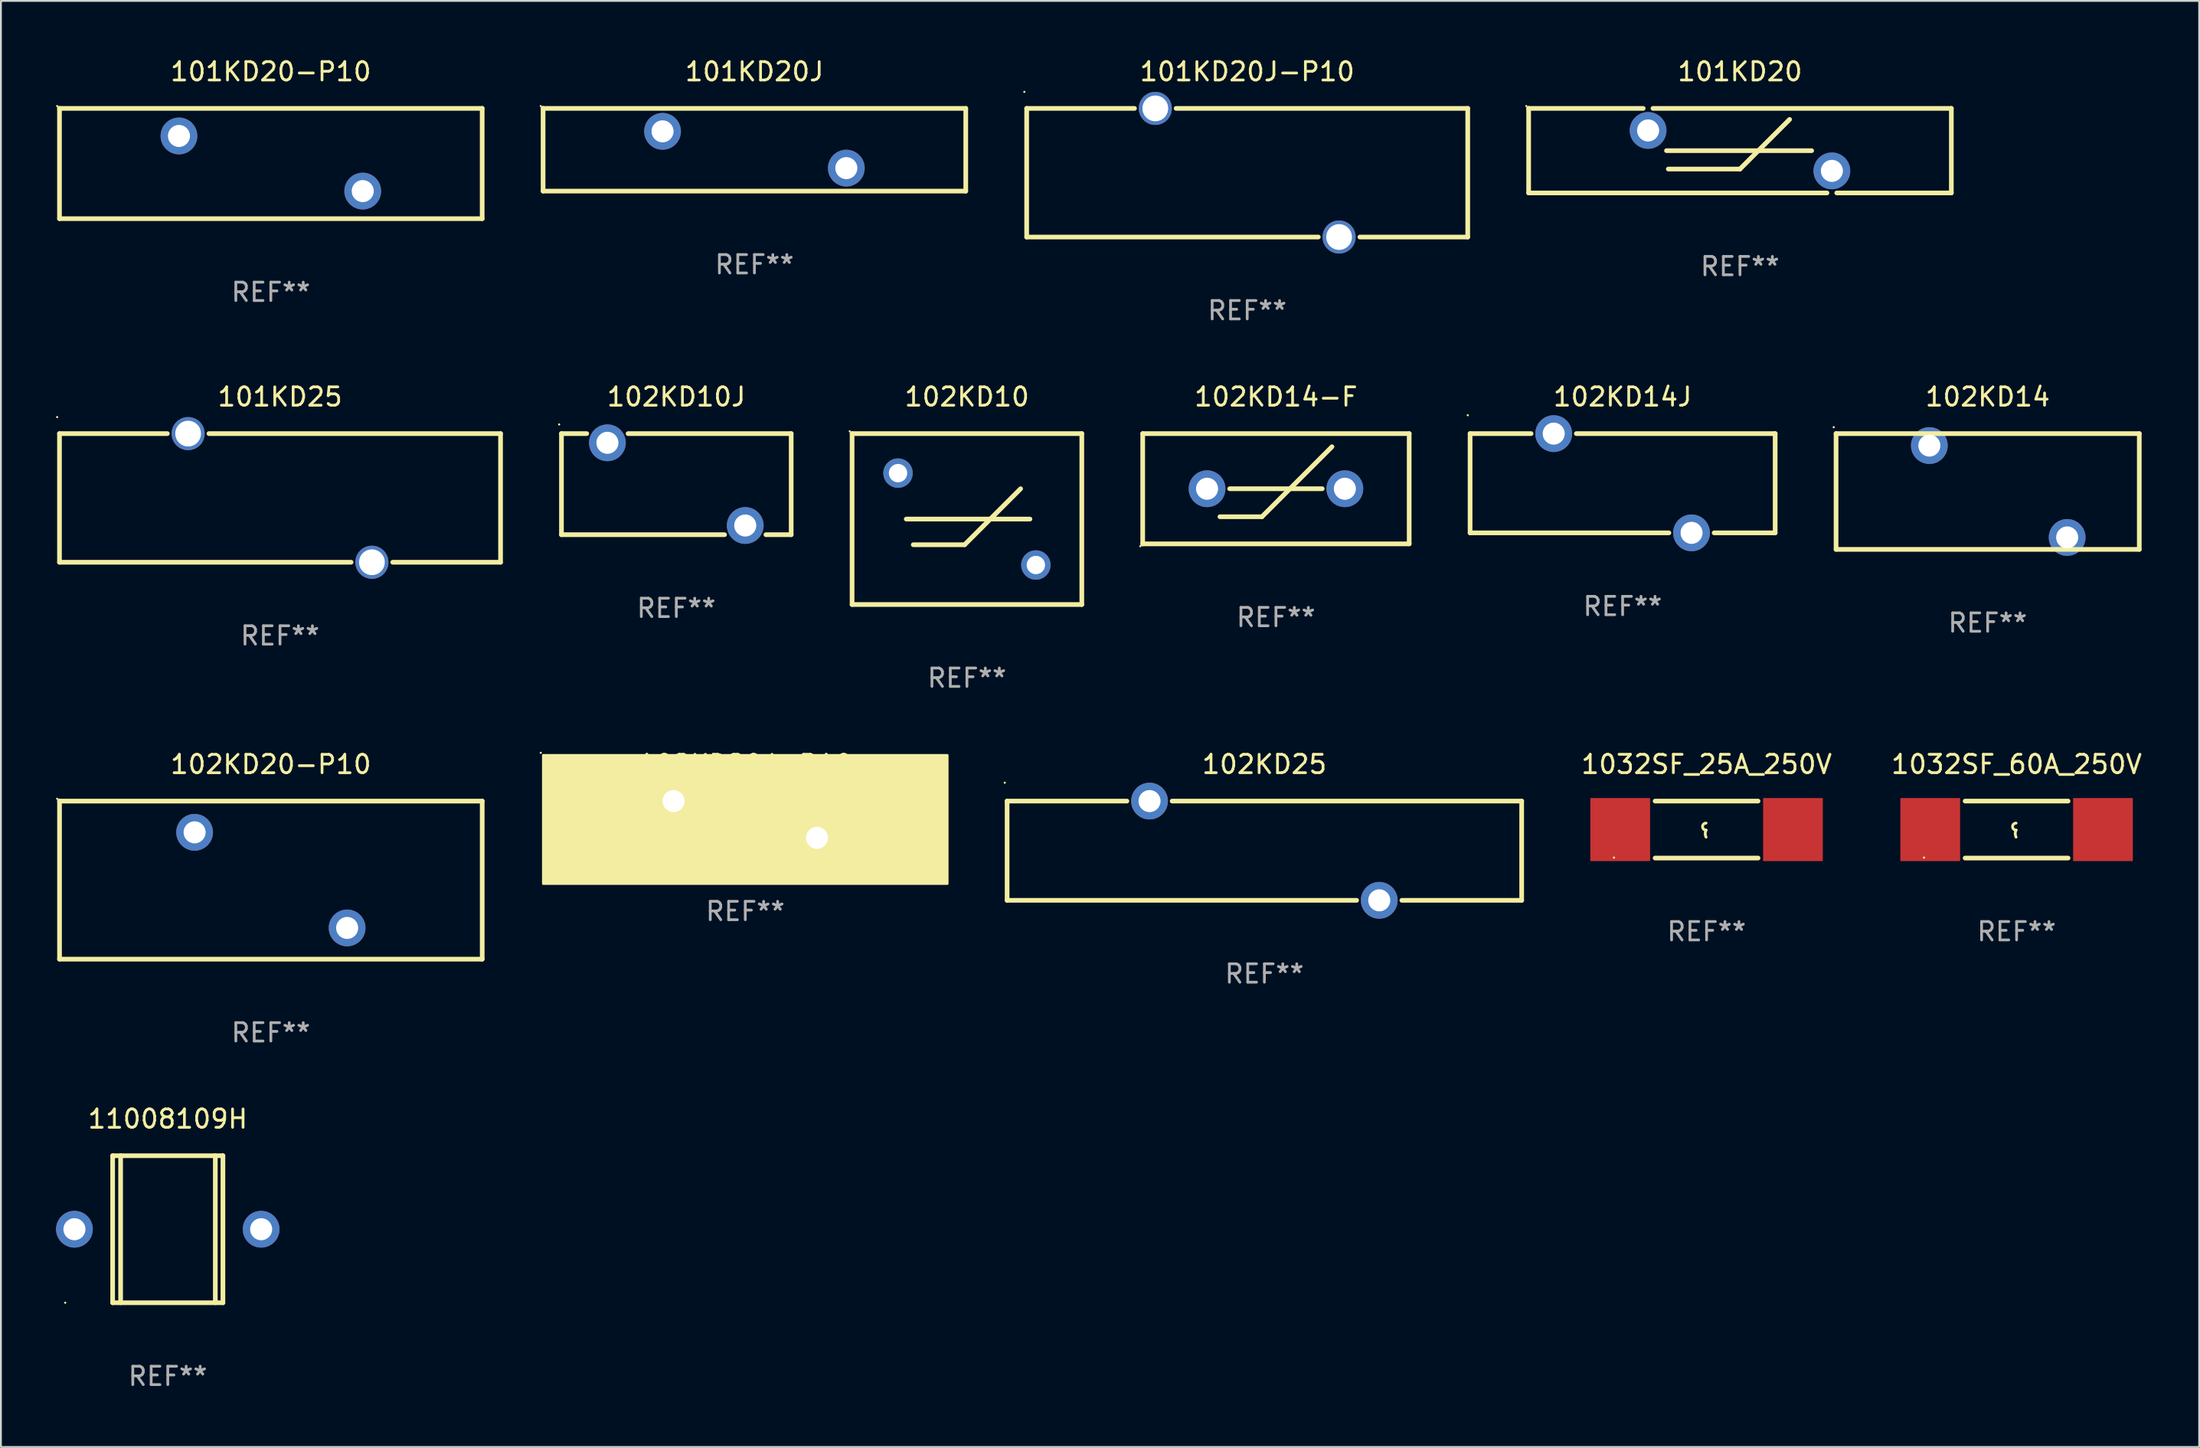
<source format=kicad_pcb>
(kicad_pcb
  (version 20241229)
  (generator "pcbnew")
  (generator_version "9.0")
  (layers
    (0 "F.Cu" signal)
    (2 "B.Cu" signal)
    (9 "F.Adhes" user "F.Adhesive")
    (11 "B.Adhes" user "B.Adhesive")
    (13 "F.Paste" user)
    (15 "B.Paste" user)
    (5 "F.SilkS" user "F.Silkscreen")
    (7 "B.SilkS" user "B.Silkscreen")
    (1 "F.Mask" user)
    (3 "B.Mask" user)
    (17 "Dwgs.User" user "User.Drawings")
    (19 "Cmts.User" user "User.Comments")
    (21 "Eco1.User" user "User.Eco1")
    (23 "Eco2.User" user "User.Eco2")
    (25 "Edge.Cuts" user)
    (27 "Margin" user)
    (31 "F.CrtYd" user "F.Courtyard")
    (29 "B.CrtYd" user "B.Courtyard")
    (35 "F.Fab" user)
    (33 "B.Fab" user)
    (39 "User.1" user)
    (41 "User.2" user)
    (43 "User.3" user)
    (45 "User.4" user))
  (footprint "102KD20J-P10"
    (layer "F.Cu")
    (at 37.503 41.541)
    (property "Reference" "102KD20J-P10" (at 0 -3 0) (layer "F.SilkS") (effects (font (size 1 1) (thickness 0.15))))
    (attr through_hole)
    (fp_circle (center -11.127 -3.627) (end -11.097 -3.627) (stroke (width 0.06) (type solid)) (fill no) (layer "F.SilkS"))
    (fp_poly (pts (xy -11 -3.5) (xy 11 -3.5) (xy 11 3.5) (xy -11 3.5)) (stroke (width 0.12) (type solid)) (fill yes) (layer "F.SilkS"))
    (fp_text user "REF**" (at 0 5 0) (layer "F.Fab") (effects (font (size 1 1) (thickness 0.15))))
    (pad "1" thru_hole circle (at -3.9 -1) (size 1.8 1.8) (drill 1.2) (layers "*.Cu" "*.Mask"))
    (pad "2" thru_hole circle (at 3.9 1) (size 1.8 1.8) (drill 1.2) (layers "*.Cu" "*.Mask")))
  (footprint "101KD20J-P10"
    (layer "F.Cu")
    (at 64.815 6.348)
    (property "Reference" "101KD20J-P10" (at 0 -5.5 0) (layer "F.SilkS") (effects (font (size 1 1) (thickness 0.15))))
    (attr through_hole)
    (fp_line (start -12 -3.5) (end -6.131 -3.5) (stroke (width 0.254) (type solid)) (layer "F.SilkS"))
    (fp_line (start -12 3.5) (end -12 -3.5) (stroke (width 0.254) (type solid)) (layer "F.SilkS"))
    (fp_line (start -3.869 -3.5) (end 12 -3.5) (stroke (width 0.254) (type solid)) (layer "F.SilkS"))
    (fp_line (start 3.869 3.5) (end -12 3.5) (stroke (width 0.254) (type solid)) (layer "F.SilkS"))
    (fp_line (start 12 -3.5) (end 12 3.5) (stroke (width 0.254) (type solid)) (layer "F.SilkS"))
    (fp_line (start 12 3.5) (end 6.131 3.5) (stroke (width 0.254) (type solid)) (layer "F.SilkS"))
    (fp_circle (center -12.127 -4.4) (end -12.097 -4.4) (stroke (width 0.06) (type solid)) (fill no) (layer "F.SilkS"))
    (fp_text user "REF**" (at 0 7.5 0) (layer "F.Fab") (effects (font (size 1 1) (thickness 0.15))))
    (pad "1" thru_hole circle (at -5 -3.5) (size 1.8 1.8) (drill 1.4) (layers "*.Cu" "*.Mask"))
    (pad "2" thru_hole circle (at 5 3.5) (size 1.8 1.8) (drill 1.4) (layers "*.Cu" "*.Mask")))
  (footprint "101KD20J"
    (layer "F.Cu")
    (at 38.001 5.099)
    (property "Reference" "101KD20J" (at 0 -4.25 0) (layer "F.SilkS") (effects (font (size 1 1) (thickness 0.15))))
    (attr through_hole)
    (fp_line (start -11.5 -2.25) (end 11.5 -2.25) (stroke (width 0.254) (type solid)) (layer "F.SilkS"))
    (fp_line (start -11.5 2.25) (end -11.5 -2.25) (stroke (width 0.254) (type solid)) (layer "F.SilkS"))
    (fp_line (start 11.5 -2.25) (end 11.5 2.25) (stroke (width 0.254) (type solid)) (layer "F.SilkS"))
    (fp_line (start 11.5 2.249) (end -11.5 2.249) (stroke (width 0.254) (type solid)) (layer "F.SilkS"))
    (fp_circle (center -11.627 -2.377) (end -11.597 -2.377) (stroke (width 0.06) (type solid)) (fill no) (layer "F.SilkS"))
    (fp_text user "REF**" (at 0 6.25 0) (layer "F.Fab") (effects (font (size 1 1) (thickness 0.15))))
    (pad "1" thru_hole circle (at -5 -1.002) (size 2 2) (drill 1.2) (layers "*.Cu" "*.Mask"))
    (pad "2" thru_hole circle (at 5 0.999) (size 2 2) (drill 1.2) (layers "*.Cu" "*.Mask")))
  (footprint "1032SF_60A_250V"
    (layer "F.Cu")
    (at 106.681 42.091)
    (property "Reference" "1032SF_60A_250V" (at 0 -3.55 0) (layer "F.SilkS") (effects (font (size 1 1) (thickness 0.15))))
    (attr through_hole)
    (fp_line (start -2.8 -1.55) (end 2.8 -1.55) (stroke (width 0.254) (type solid)) (layer "F.SilkS"))
    (fp_line (start -2.8 1.55) (end 2.8 1.55) (stroke (width 0.254) (type solid)) (layer "F.SilkS"))
    (fp_arc (start -0.029896 0.030074) (mid -0.220397 -0.160427) (end -0.029896 -0.350928) (stroke (width 0.151994) (type solid)) (layer "F.SilkS"))
    (fp_arc (start -0.029896 0.411075) (mid -0.074867 0.220574) (end -0.029896 0.030074) (stroke (width 0.151994) (type solid)) (layer "F.SilkS"))
    (fp_circle (center -5.04 1.525) (end -5.01 1.525) (stroke (width 0.06) (type solid)) (fill no) (layer "F.SilkS"))
    (fp_text user "REF**" (at 0 5.55 0) (layer "F.Fab") (effects (font (size 1 1) (thickness 0.15))))
    (pad "1" smd rect (at -4.7 0) (size 3.25 3.43) (layers "F.Cu" "F.Mask" "F.Paste"))
    (pad "2" smd rect (at 4.7 0) (size 3.25 3.43) (layers "F.Cu" "F.Mask" "F.Paste")))
  (footprint "101KD20"
    (layer "F.Cu")
    (at 91.629 5.148)
    (property "Reference" "101KD20" (at 0 -4.3 0) (layer "F.SilkS") (effects (font (size 1 1) (thickness 0.15))))
    (attr through_hole)
    (fp_line (start -11.5 -2.3) (end -5.266 -2.3) (stroke (width 0.254) (type solid)) (layer "F.SilkS"))
    (fp_line (start -11.5 2.3) (end -11.5 -2.3) (stroke (width 0.254) (type solid)) (layer "F.SilkS"))
    (fp_line (start -11.5 2.3) (end 4.734 2.3) (stroke (width 0.254) (type solid)) (layer "F.SilkS"))
    (fp_line (start -4.734 -2.3) (end 11.5 -2.3) (stroke (width 0.254) (type solid)) (layer "F.SilkS"))
    (fp_line (start -4 0) (end 3.9 0) (stroke (width 0.254) (type solid)) (layer "F.SilkS"))
    (fp_line (start -3.9 1) (end -0.000127 1) (stroke (width 0.254) (type solid)) (layer "F.SilkS"))
    (fp_line (start -0.000127 1) (end 2.7 -1.7) (stroke (width 0.254) (type solid)) (layer "F.SilkS"))
    (fp_line (start 5.266 2.3) (end 11.5 2.3) (stroke (width 0.254) (type solid)) (layer "F.SilkS"))
    (fp_line (start 11.5 -2.3) (end 11.5 2.3) (stroke (width 0.254) (type solid)) (layer "F.SilkS"))
    (fp_circle (center -11.627 -2.427) (end -11.597 -2.427) (stroke (width 0.06) (type solid)) (fill no) (layer "F.SilkS"))
    (fp_text user "REF**" (at 0 6.3 0) (layer "F.Fab") (effects (font (size 1 1) (thickness 0.15))))
    (pad "1" thru_hole circle (at -5 -1.1) (size 2 2) (drill 1.2) (layers "*.Cu" "*.Mask"))
    (pad "2" thru_hole circle (at 5 1.1) (size 2 2) (drill 1.2) (layers "*.Cu" "*.Mask")))
  (footprint "1032SF_25A_250V"
    (layer "F.Cu")
    (at 89.812 42.091)
    (property "Reference" "1032SF_25A_250V" (at 0 -3.55 0) (layer "F.SilkS") (effects (font (size 1 1) (thickness 0.15))))
    (attr through_hole)
    (fp_line (start -2.8 -1.55) (end 2.8 -1.55) (stroke (width 0.254) (type solid)) (layer "F.SilkS"))
    (fp_line (start -2.8 1.55) (end 2.8 1.55) (stroke (width 0.254) (type solid)) (layer "F.SilkS"))
    (fp_arc (start -0.029896 0.030074) (mid -0.220397 -0.160427) (end -0.029896 -0.350928) (stroke (width 0.151994) (type solid)) (layer "F.SilkS"))
    (fp_arc (start -0.029896 0.411075) (mid -0.074867 0.220574) (end -0.029896 0.030074) (stroke (width 0.151994) (type solid)) (layer "F.SilkS"))
    (fp_circle (center -5.04 1.525) (end -5.01 1.525) (stroke (width 0.06) (type solid)) (fill no) (layer "F.SilkS"))
    (fp_text user "REF**" (at 0 5.55 0) (layer "F.Fab") (effects (font (size 1 1) (thickness 0.15))))
    (pad "1" smd rect (at -4.7 0) (size 3.25 3.43) (layers "F.Cu" "F.Mask" "F.Paste"))
    (pad "2" smd rect (at 4.7 0) (size 3.25 3.43) (layers "F.Cu" "F.Mask" "F.Paste")))
  (footprint "101KD25"
    (layer "F.Cu")
    (at 12.187 24.045)
    (property "Reference" "101KD25" (at 0 -5.5 0) (layer "F.SilkS") (effects (font (size 1 1) (thickness 0.15))))
    (attr through_hole)
    (fp_line (start -12 -3.5) (end -6.131 -3.5) (stroke (width 0.254) (type solid)) (layer "F.SilkS"))
    (fp_line (start -12 3.5) (end -12 -3.5) (stroke (width 0.254) (type solid)) (layer "F.SilkS"))
    (fp_line (start -3.869 -3.5) (end 12 -3.5) (stroke (width 0.254) (type solid)) (layer "F.SilkS"))
    (fp_line (start 3.869 3.5) (end -12 3.5) (stroke (width 0.254) (type solid)) (layer "F.SilkS"))
    (fp_line (start 12 -3.5) (end 12 3.5) (stroke (width 0.254) (type solid)) (layer "F.SilkS"))
    (fp_line (start 12 3.5) (end 6.131 3.5) (stroke (width 0.254) (type solid)) (layer "F.SilkS"))
    (fp_circle (center -12.127 -4.4) (end -12.097 -4.4) (stroke (width 0.06) (type solid)) (fill no) (layer "F.SilkS"))
    (fp_text user "REF**" (at 0 7.5 0) (layer "F.Fab") (effects (font (size 1 1) (thickness 0.15))))
    (pad "1" thru_hole circle (at -5 -3.5) (size 1.8 1.8) (drill 1.4) (layers "*.Cu" "*.Mask"))
    (pad "2" thru_hole circle (at 5 3.5) (size 1.8 1.8) (drill 1.4) (layers "*.Cu" "*.Mask")))
  (footprint "11008109H"
    (layer "F.Cu")
    (at 6.08 63.838)
    (property "Reference" "11008109H" (at 0 -6 0) (layer "F.SilkS") (effects (font (size 1 1) (thickness 0.15))))
    (attr through_hole)
    (fp_line (start -3 -4) (end -3 4) (stroke (width 0.254) (type solid)) (layer "F.SilkS"))
    (fp_line (start -3 -4) (end 3 -4) (stroke (width 0.254) (type solid)) (layer "F.SilkS"))
    (fp_line (start -3 4) (end 3 4) (stroke (width 0.254) (type solid)) (layer "F.SilkS"))
    (fp_line (start -2.567 -4) (end -2.567 4) (stroke (width 0.254) (type solid)) (layer "F.SilkS"))
    (fp_line (start 2.586 -4) (end 2.586 4) (stroke (width 0.254) (type solid)) (layer "F.SilkS"))
    (fp_line (start 3 -4) (end 3 4) (stroke (width 0.254) (type solid)) (layer "F.SilkS"))
    (fp_circle (center -5.58 4) (end -5.55 4) (stroke (width 0.06) (type solid)) (fill no) (layer "F.SilkS"))
    (fp_text user "REF**" (at 0 8 0) (layer "F.Fab") (effects (font (size 1 1) (thickness 0.15))))
    (pad "1" thru_hole circle (at -5.08 0) (size 2 2) (drill 1.2) (layers "*.Cu" "*.Mask"))
    (pad "2" thru_hole circle (at 5.08 0) (size 2 2) (drill 1.2) (layers "*.Cu" "*.Mask")))
  (footprint "102KD20-P10"
    (layer "F.Cu")
    (at 11.688 44.842)
    (property "Reference" "102KD20-P10" (at 0 -6.3 0) (layer "F.SilkS") (effects (font (size 1 1) (thickness 0.15))))
    (attr through_hole)
    (fp_line (start -11.499 -4.3) (end 11.501 -4.3) (stroke (width 0.254) (type solid)) (layer "F.SilkS"))
    (fp_line (start -11.499 4.3) (end -11.499 -4.3) (stroke (width 0.254) (type solid)) (layer "F.SilkS"))
    (fp_line (start 11.501 -4.3) (end 11.501 4.3) (stroke (width 0.254) (type solid)) (layer "F.SilkS"))
    (fp_line (start 11.501 4.3) (end -11.501 4.3) (stroke (width 0.254) (type solid)) (layer "F.SilkS"))
    (fp_circle (center -11.628 -4.427) (end -11.598 -4.427) (stroke (width 0.06) (type solid)) (fill no) (layer "F.SilkS"))
    (fp_text user "REF**" (at 0 8.3 0) (layer "F.Fab") (effects (font (size 1 1) (thickness 0.15))))
    (pad "1" thru_hole circle (at -4.149 -2.601) (size 2 2) (drill 1.2) (layers "*.Cu" "*.Mask"))
    (pad "2" thru_hole circle (at 4.151 2.601) (size 2 2) (drill 1.2) (layers "*.Cu" "*.Mask")))
  (footprint "102KD10J"
    (layer "F.Cu")
    (at 33.751 23.295)
    (property "Reference" "102KD10J" (at 0 -4.75 0) (layer "F.SilkS") (effects (font (size 1 1) (thickness 0.15))))
    (attr through_hole)
    (fp_line (start -6.25 -2.75) (end -4.875 -2.75) (stroke (width 0.254) (type solid)) (layer "F.SilkS"))
    (fp_line (start -6.25 2.75) (end -6.25 -2.75) (stroke (width 0.254) (type solid)) (layer "F.SilkS"))
    (fp_line (start -6.25 2.75) (end 2.625 2.75) (stroke (width 0.254) (type solid)) (layer "F.SilkS"))
    (fp_line (start -2.625 -2.75) (end 6.25 -2.75) (stroke (width 0.254) (type solid)) (layer "F.SilkS"))
    (fp_line (start 4.875 2.75) (end 6.25 2.75) (stroke (width 0.254) (type solid)) (layer "F.SilkS"))
    (fp_line (start 6.25 -2.75) (end 6.25 2.75) (stroke (width 0.254) (type solid)) (layer "F.SilkS"))
    (fp_circle (center -6.377 -3.25) (end -6.347 -3.25) (stroke (width 0.06) (type solid)) (fill no) (layer "F.SilkS"))
    (fp_text user "REF**" (at 0 6.75 0) (layer "F.Fab") (effects (font (size 1 1) (thickness 0.15))))
    (pad "1" thru_hole circle (at -3.75 -2.25) (size 2 2) (drill 1.2) (layers "*.Cu" "*.Mask"))
    (pad "2" thru_hole circle (at 3.75 2.25) (size 2 2) (drill 1.2) (layers "*.Cu" "*.Mask")))
  (footprint "102KD25"
    (layer "F.Cu")
    (at 65.75 43.241)
    (property "Reference" "102KD25" (at 0 -4.7 0) (layer "F.SilkS") (effects (font (size 1 1) (thickness 0.15))))
    (attr through_hole)
    (fp_line (start -14 -2.7) (end -14 2.7) (stroke (width 0.254) (type solid)) (layer "F.SilkS"))
    (fp_line (start -14 -2.7) (end -7.481 -2.7) (stroke (width 0.254) (type solid)) (layer "F.SilkS"))
    (fp_line (start -14 2.7) (end 5.019 2.7) (stroke (width 0.254) (type solid)) (layer "F.SilkS"))
    (fp_line (start -5.019 -2.7) (end 14 -2.7) (stroke (width 0.254) (type solid)) (layer "F.SilkS"))
    (fp_line (start 7.481 2.7) (end 14 2.7) (stroke (width 0.254) (type solid)) (layer "F.SilkS"))
    (fp_line (start 14 -2.7) (end 14 2.7) (stroke (width 0.254) (type solid)) (layer "F.SilkS"))
    (fp_circle (center -14.127 -3.7) (end -14.097 -3.7) (stroke (width 0.06) (type solid)) (fill no) (layer "F.SilkS"))
    (fp_text user "REF**" (at 0 6.7 0) (layer "F.Fab") (effects (font (size 1 1) (thickness 0.15))))
    (pad "1" thru_hole circle (at -6.25 -2.7) (size 2 2) (drill 1.2) (layers "*.Cu" "*.Mask"))
    (pad "2" thru_hole circle (at 6.25 2.7) (size 2 2) (drill 1.2) (layers "*.Cu" "*.Mask")))
  (footprint "102KD14-F"
    (layer "F.Cu")
    (at 66.379 23.545)
    (property "Reference" "102KD14-F" (at 0 -5 0) (layer "F.SilkS") (effects (font (size 1 1) (thickness 0.15))))
    (attr through_hole)
    (fp_line (start -7.25 -3) (end 7.25 -3) (stroke (width 0.254) (type solid)) (layer "F.SilkS"))
    (fp_line (start -7.25 3) (end -7.25 -3) (stroke (width 0.254) (type solid)) (layer "F.SilkS"))
    (fp_line (start -3.048 1.524) (end -0.762 1.524) (stroke (width 0.254) (type solid)) (layer "F.SilkS"))
    (fp_line (start -2.518 0) (end 2.518 0) (stroke (width 0.254) (type solid)) (layer "F.SilkS"))
    (fp_line (start -0.762 1.524) (end 3.048 -2.286) (stroke (width 0.254) (type solid)) (layer "F.SilkS"))
    (fp_line (start 7.25 -3) (end 7.25 3) (stroke (width 0.254) (type solid)) (layer "F.SilkS"))
    (fp_line (start 7.25 3) (end -7.25 3) (stroke (width 0.254) (type solid)) (layer "F.SilkS"))
    (fp_circle (center -7.377 3.127) (end -7.347 3.127) (stroke (width 0.06) (type solid)) (fill no) (layer "F.SilkS"))
    (fp_text user "REF**" (at 0 7 0) (layer "F.Fab") (effects (font (size 1 1) (thickness 0.15))))
    (pad "1" thru_hole circle (at -3.749 0) (size 2 2) (drill 1.2) (layers "*.Cu" "*.Mask"))
    (pad "2" thru_hole circle (at 3.749 0) (size 2 2) (drill 1.2) (layers "*.Cu" "*.Mask")))
  (footprint "102KD14"
    (layer "F.Cu")
    (at 105.107 23.695)
    (property "Reference" "102KD14" (at 0 -5.15 0) (layer "F.SilkS") (effects (font (size 1 1) (thickness 0.15))))
    (attr through_hole)
    (fp_line (start -8.25 -3.15) (end 8.25 -3.15) (stroke (width 0.254) (type solid)) (layer "F.SilkS"))
    (fp_line (start -8.25 3.149) (end -8.25 -3.15) (stroke (width 0.254) (type solid)) (layer "F.SilkS"))
    (fp_line (start 8.25 -3.15) (end 8.25 3.15) (stroke (width 0.254) (type solid)) (layer "F.SilkS"))
    (fp_line (start 8.25 3.15) (end -8.25 3.15) (stroke (width 0.254) (type solid)) (layer "F.SilkS"))
    (fp_circle (center -8.377 -3.499) (end -8.347 -3.499) (stroke (width 0.06) (type solid)) (fill no) (layer "F.SilkS"))
    (fp_text user "REF**" (at 0 7.15 0) (layer "F.Fab") (effects (font (size 1 1) (thickness 0.15))))
    (pad "1" thru_hole circle (at -3.174 -2.499) (size 2 2) (drill 1.2) (layers "*.Cu" "*.Mask"))
    (pad "2" thru_hole circle (at 4.325 2.5) (size 2 2) (drill 1.2) (layers "*.Cu" "*.Mask")))
  (footprint "102KD14J"
    (layer "F.Cu")
    (at 85.243 23.245)
    (property "Reference" "102KD14J" (at 0 -4.7 0) (layer "F.SilkS") (effects (font (size 1 1) (thickness 0.15))))
    (attr through_hole)
    (fp_line (start -8.3 -2.7) (end -8.3 2.7) (stroke (width 0.254) (type solid)) (layer "F.SilkS"))
    (fp_line (start -8.3 -2.7) (end -4.981 -2.7) (stroke (width 0.254) (type solid)) (layer "F.SilkS"))
    (fp_line (start -8.3 2.7) (end 2.519 2.7) (stroke (width 0.254) (type solid)) (layer "F.SilkS"))
    (fp_line (start -2.519 -2.7) (end 8.3 -2.7) (stroke (width 0.254) (type solid)) (layer "F.SilkS"))
    (fp_line (start 4.981 2.7) (end 8.3 2.7) (stroke (width 0.254) (type solid)) (layer "F.SilkS"))
    (fp_line (start 8.3 -2.7) (end 8.3 2.7) (stroke (width 0.254) (type solid)) (layer "F.SilkS"))
    (fp_circle (center -8.427 -3.7) (end -8.397 -3.7) (stroke (width 0.06) (type solid)) (fill no) (layer "F.SilkS"))
    (fp_text user "REF**" (at 0 6.7 0) (layer "F.Fab") (effects (font (size 1 1) (thickness 0.15))))
    (pad "1" thru_hole circle (at -3.75 -2.7) (size 2 2) (drill 1.2) (layers "*.Cu" "*.Mask"))
    (pad "2" thru_hole circle (at 3.75 2.7) (size 2 2) (drill 1.2) (layers "*.Cu" "*.Mask")))
  (footprint "102KD10"
    (layer "F.Cu")
    (at 49.565 25.195)
    (property "Reference" "102KD10" (at 0 -6.65 0) (layer "F.SilkS") (effects (font (size 1 1) (thickness 0.15))))
    (attr through_hole)
    (fp_line (start -6.25 -4.65) (end -6.25 4.65) (stroke (width 0.254) (type solid)) (layer "F.SilkS"))
    (fp_line (start -3.302 0) (end 3.429 0) (stroke (width 0.254) (type solid)) (layer "F.SilkS"))
    (fp_line (start -2.921 1.397) (end -0.127 1.397) (stroke (width 0.254) (type solid)) (layer "F.SilkS"))
    (fp_line (start -0.127 1.397) (end 2.921 -1.651) (stroke (width 0.254) (type solid)) (layer "F.SilkS"))
    (fp_line (start 6.25 -4.65) (end -6.25 -4.65) (stroke (width 0.254) (type solid)) (layer "F.SilkS"))
    (fp_line (start 6.25 -4.65) (end 6.25 4.65) (stroke (width 0.254) (type solid)) (layer "F.SilkS"))
    (fp_line (start 6.25 4.65) (end -6.25 4.65) (stroke (width 0.254) (type solid)) (layer "F.SilkS"))
    (fp_circle (center -6.377 -4.777) (end -6.347 -4.777) (stroke (width 0.06) (type solid)) (fill no) (layer "F.SilkS"))
    (fp_text user "REF**" (at 0 8.65 0) (layer "F.Fab") (effects (font (size 1 1) (thickness 0.15))))
    (pad "1" thru_hole circle (at -3.75 -2.5) (size 1.6 1.6) (drill 1) (layers "*.Cu" "*.Mask"))
    (pad "2" thru_hole circle (at 3.75 2.5) (size 1.6 1.6) (drill 1) (layers "*.Cu" "*.Mask")))
  (footprint "101KD20-P10"
    (layer "F.Cu")
    (at 11.687 5.848)
    (property "Reference" "101KD20-P10" (at 0 -5 0) (layer "F.SilkS") (effects (font (size 1 1) (thickness 0.15))))
    (attr through_hole)
    (fp_line (start -11.5 -3) (end 11.5 -3) (stroke (width 0.254) (type solid)) (layer "F.SilkS"))
    (fp_line (start -11.5 3) (end -11.5 -3) (stroke (width 0.254) (type solid)) (layer "F.SilkS"))
    (fp_line (start 11.5 -3) (end 11.5 3) (stroke (width 0.254) (type solid)) (layer "F.SilkS"))
    (fp_line (start 11.5 3) (end -11.5 3) (stroke (width 0.254) (type solid)) (layer "F.SilkS"))
    (fp_circle (center -11.627 -3.127) (end -11.597 -3.127) (stroke (width 0.06) (type solid)) (fill no) (layer "F.SilkS"))
    (fp_text user "REF**" (at 0 7 0) (layer "F.Fab") (effects (font (size 1 1) (thickness 0.15))))
    (pad "1" thru_hole circle (at -5 -1.5) (size 2 2) (drill 1.2) (layers "*.Cu" "*.Mask"))
    (pad "2" thru_hole circle (at 5 1.5) (size 2 2) (drill 1.2) (layers "*.Cu" "*.Mask")))
  (gr_rect
    (start -3 -3)
    (end 116.615 75.687)
    (stroke (width 0.1) (type default))
    (fill no)
    (layer "Edge.Cuts")))
</source>
